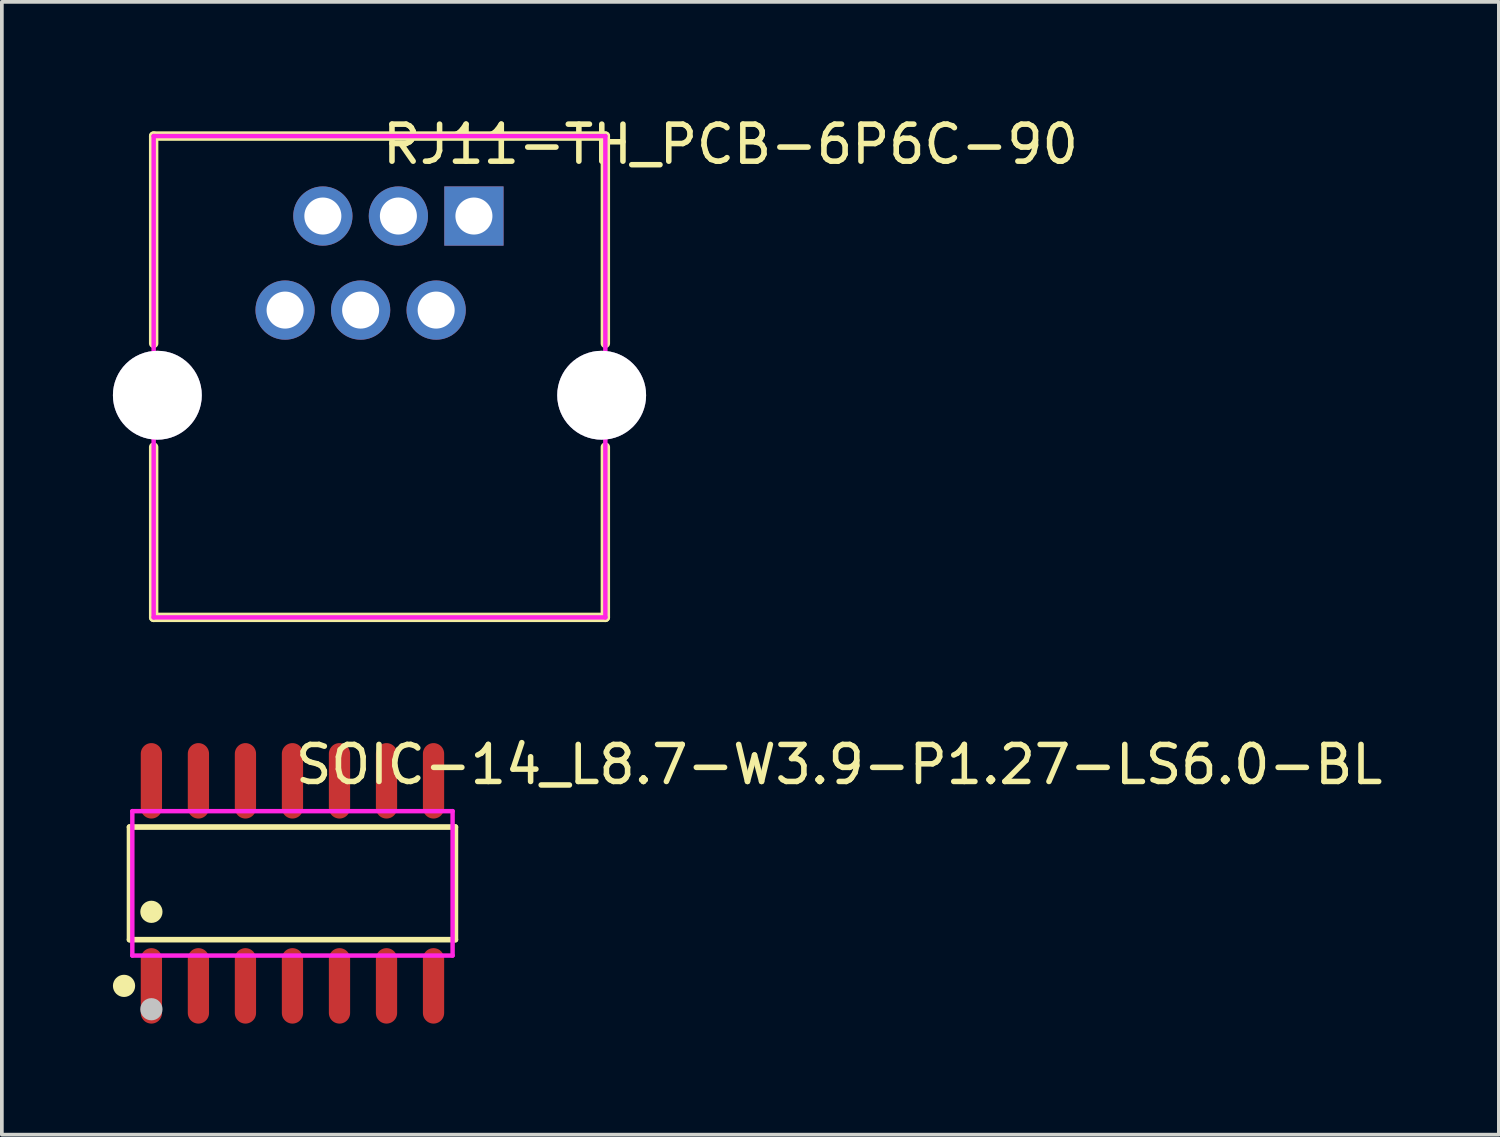
<source format=kicad_pcb>
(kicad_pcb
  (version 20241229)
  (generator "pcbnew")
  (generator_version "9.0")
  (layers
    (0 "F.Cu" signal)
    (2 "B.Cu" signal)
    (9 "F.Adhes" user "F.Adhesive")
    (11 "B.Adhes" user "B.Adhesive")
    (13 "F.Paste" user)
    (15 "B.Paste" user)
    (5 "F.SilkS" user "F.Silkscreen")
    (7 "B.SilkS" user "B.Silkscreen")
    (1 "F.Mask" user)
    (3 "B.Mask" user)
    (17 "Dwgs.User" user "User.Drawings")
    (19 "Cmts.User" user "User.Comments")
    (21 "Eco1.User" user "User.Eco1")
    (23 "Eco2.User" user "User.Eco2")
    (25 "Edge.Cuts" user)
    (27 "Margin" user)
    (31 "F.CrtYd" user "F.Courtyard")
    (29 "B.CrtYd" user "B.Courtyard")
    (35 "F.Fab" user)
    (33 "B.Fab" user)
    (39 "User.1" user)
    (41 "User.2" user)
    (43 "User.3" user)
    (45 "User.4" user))
  (footprint "SOIC-14_L8.7-W3.9-P1.27-LS6.0-BL"
    (layer "F.Cu")
    (at 4.849 20.808)
    (property "Reference" "SOIC-14_L8.7-W3.9-P1.27-LS6.0-BL" (at 0 -3.207 0) (layer "F.SilkS") (effects (font (size 1 1) (thickness 0.15)) (justify left)))
    (attr through_hole)
    (fp_line (start -4.401 -1.521) (end 4.401 -1.521) (stroke (width 0.152) (type solid)) (layer "F.SilkS"))
    (fp_line (start -4.401 1.521) (end -4.401 -1.521) (stroke (width 0.152) (type solid)) (layer "F.SilkS"))
    (fp_line (start 4.401 -1.521) (end 4.401 1.521) (stroke (width 0.152) (type solid)) (layer "F.SilkS"))
    (fp_line (start 4.401 1.521) (end -4.401 1.521) (stroke (width 0.152) (type solid)) (layer "F.SilkS"))
    (fp_circle (center -4.549 2.769) (end -4.399 2.769) (stroke (width 0.3) (type solid)) (fill no) (layer "F.SilkS"))
    (fp_circle (center -3.81 0.769) (end -3.66 0.769) (stroke (width 0.3) (type solid)) (fill no) (layer "F.SilkS"))
    (fp_circle (center -3.81 3.4) (end -3.66 3.4) (stroke (width 0.3) (type solid)) (fill no) (layer "Dwgs.User"))
    (fp_line (start -4.015 -2.175) (end -4.015 -1.94) (stroke (width 0.12) (type solid)) (layer "Eco2.User"))
    (fp_line (start -4.015 -1.94) (end -3.605 -1.94) (stroke (width 0.12) (type solid)) (layer "Eco2.User"))
    (fp_line (start -4.015 1.94) (end -3.605 1.94) (stroke (width 0.12) (type solid)) (layer "Eco2.User"))
    (fp_line (start -4.015 2.175) (end -4.015 1.94) (stroke (width 0.12) (type solid)) (layer "Eco2.User"))
    (fp_line (start -3.605 -2.175) (end -4.015 -2.175) (stroke (width 0.12) (type solid)) (layer "Eco2.User"))
    (fp_line (start -3.605 -1.94) (end -3.605 -2.175) (stroke (width 0.12) (type solid)) (layer "Eco2.User"))
    (fp_line (start -3.605 1.94) (end -3.605 2.175) (stroke (width 0.12) (type solid)) (layer "Eco2.User"))
    (fp_line (start -3.605 2.175) (end -4.015 2.175) (stroke (width 0.12) (type solid)) (layer "Eco2.User"))
    (fp_line (start -2.745 -2.175) (end -2.745 -1.94) (stroke (width 0.12) (type solid)) (layer "Eco2.User"))
    (fp_line (start -2.745 -1.94) (end -2.335 -1.94) (stroke (width 0.12) (type solid)) (layer "Eco2.User"))
    (fp_line (start -2.745 1.94) (end -2.335 1.94) (stroke (width 0.12) (type solid)) (layer "Eco2.User"))
    (fp_line (start -2.745 2.175) (end -2.745 1.94) (stroke (width 0.12) (type solid)) (layer "Eco2.User"))
    (fp_line (start -2.335 -2.175) (end -2.745 -2.175) (stroke (width 0.12) (type solid)) (layer "Eco2.User"))
    (fp_line (start -2.335 -1.94) (end -2.335 -2.175) (stroke (width 0.12) (type solid)) (layer "Eco2.User"))
    (fp_line (start -2.335 1.94) (end -2.335 2.175) (stroke (width 0.12) (type solid)) (layer "Eco2.User"))
    (fp_line (start -2.335 2.175) (end -2.745 2.175) (stroke (width 0.12) (type solid)) (layer "Eco2.User"))
    (fp_line (start -1.475 -2.175) (end -1.475 -1.94) (stroke (width 0.12) (type solid)) (layer "Eco2.User"))
    (fp_line (start -1.475 -1.94) (end -1.065 -1.94) (stroke (width 0.12) (type solid)) (layer "Eco2.User"))
    (fp_line (start -1.475 1.94) (end -1.065 1.94) (stroke (width 0.12) (type solid)) (layer "Eco2.User"))
    (fp_line (start -1.475 2.175) (end -1.475 1.94) (stroke (width 0.12) (type solid)) (layer "Eco2.User"))
    (fp_line (start -1.065 -2.175) (end -1.475 -2.175) (stroke (width 0.12) (type solid)) (layer "Eco2.User"))
    (fp_line (start -1.065 -1.94) (end -1.065 -2.175) (stroke (width 0.12) (type solid)) (layer "Eco2.User"))
    (fp_line (start -1.065 1.94) (end -1.065 2.175) (stroke (width 0.12) (type solid)) (layer "Eco2.User"))
    (fp_line (start -1.065 2.175) (end -1.475 2.175) (stroke (width 0.12) (type solid)) (layer "Eco2.User"))
    (fp_line (start -0.205 -2.175) (end -0.205 -1.94) (stroke (width 0.12) (type solid)) (layer "Eco2.User"))
    (fp_line (start -0.205 -1.94) (end 0.205 -1.94) (stroke (width 0.12) (type solid)) (layer "Eco2.User"))
    (fp_line (start -0.205 1.94) (end 0.205 1.94) (stroke (width 0.12) (type solid)) (layer "Eco2.User"))
    (fp_line (start -0.205 2.175) (end -0.205 1.94) (stroke (width 0.12) (type solid)) (layer "Eco2.User"))
    (fp_line (start 0.205 -2.175) (end -0.205 -2.175) (stroke (width 0.12) (type solid)) (layer "Eco2.User"))
    (fp_line (start 0.205 -1.94) (end 0.205 -2.175) (stroke (width 0.12) (type solid)) (layer "Eco2.User"))
    (fp_line (start 0.205 1.94) (end 0.205 2.175) (stroke (width 0.12) (type solid)) (layer "Eco2.User"))
    (fp_line (start 0.205 2.175) (end -0.205 2.175) (stroke (width 0.12) (type solid)) (layer "Eco2.User"))
    (fp_line (start 1.065 -2.175) (end 1.065 -1.94) (stroke (width 0.12) (type solid)) (layer "Eco2.User"))
    (fp_line (start 1.065 -1.94) (end 1.475 -1.94) (stroke (width 0.12) (type solid)) (layer "Eco2.User"))
    (fp_line (start 1.065 1.94) (end 1.475 1.94) (stroke (width 0.12) (type solid)) (layer "Eco2.User"))
    (fp_line (start 1.065 2.175) (end 1.065 1.94) (stroke (width 0.12) (type solid)) (layer "Eco2.User"))
    (fp_line (start 1.475 -2.175) (end 1.065 -2.175) (stroke (width 0.12) (type solid)) (layer "Eco2.User"))
    (fp_line (start 1.475 -1.94) (end 1.475 -2.175) (stroke (width 0.12) (type solid)) (layer "Eco2.User"))
    (fp_line (start 1.475 1.94) (end 1.475 2.175) (stroke (width 0.12) (type solid)) (layer "Eco2.User"))
    (fp_line (start 1.475 2.175) (end 1.065 2.175) (stroke (width 0.12) (type solid)) (layer "Eco2.User"))
    (fp_line (start 2.335 -2.175) (end 2.335 -1.94) (stroke (width 0.12) (type solid)) (layer "Eco2.User"))
    (fp_line (start 2.335 -1.94) (end 2.745 -1.94) (stroke (width 0.12) (type solid)) (layer "Eco2.User"))
    (fp_line (start 2.335 1.94) (end 2.745 1.94) (stroke (width 0.12) (type solid)) (layer "Eco2.User"))
    (fp_line (start 2.335 2.175) (end 2.335 1.94) (stroke (width 0.12) (type solid)) (layer "Eco2.User"))
    (fp_line (start 2.745 -2.175) (end 2.335 -2.175) (stroke (width 0.12) (type solid)) (layer "Eco2.User"))
    (fp_line (start 2.745 -1.94) (end 2.745 -2.175) (stroke (width 0.12) (type solid)) (layer "Eco2.User"))
    (fp_line (start 2.745 1.94) (end 2.745 2.175) (stroke (width 0.12) (type solid)) (layer "Eco2.User"))
    (fp_line (start 2.745 2.175) (end 2.335 2.175) (stroke (width 0.12) (type solid)) (layer "Eco2.User"))
    (fp_line (start 3.605 -2.175) (end 3.605 -1.94) (stroke (width 0.12) (type solid)) (layer "Eco2.User"))
    (fp_line (start 3.605 -1.94) (end 4.015 -1.94) (stroke (width 0.12) (type solid)) (layer "Eco2.User"))
    (fp_line (start 3.605 1.94) (end 4.015 1.94) (stroke (width 0.12) (type solid)) (layer "Eco2.User"))
    (fp_line (start 3.605 2.175) (end 3.605 1.94) (stroke (width 0.12) (type solid)) (layer "Eco2.User"))
    (fp_line (start 4.015 -2.175) (end 3.605 -2.175) (stroke (width 0.12) (type solid)) (layer "Eco2.User"))
    (fp_line (start 4.015 -1.94) (end 4.015 -2.175) (stroke (width 0.12) (type solid)) (layer "Eco2.User"))
    (fp_line (start 4.015 1.94) (end 4.015 2.175) (stroke (width 0.12) (type solid)) (layer "Eco2.User"))
    (fp_line (start 4.015 2.175) (end 3.605 2.175) (stroke (width 0.12) (type solid)) (layer "Eco2.User"))
    (fp_circle (center -4.325 3) (end -4.295 3) (stroke (width 0.06) (type solid)) (fill no) (layer "Eco2.User"))
    (fp_poly (pts (xy -4.015 -3) (xy -4.015 -2.165) (xy -3.605 -2.165) (xy -3.605 -3)) (stroke (width 0.12) (type solid)) (fill no) (layer "Eco2.User"))
    (fp_poly (pts (xy -4.015 3) (xy -4.015 2.165) (xy -3.605 2.165) (xy -3.605 3)) (stroke (width 0.12) (type solid)) (fill no) (layer "Eco2.User"))
    (fp_poly (pts (xy -2.745 -3) (xy -2.745 -2.165) (xy -2.335 -2.165) (xy -2.335 -3)) (stroke (width 0.12) (type solid)) (fill no) (layer "Eco2.User"))
    (fp_poly (pts (xy -2.745 3) (xy -2.745 2.165) (xy -2.335 2.165) (xy -2.335 3)) (stroke (width 0.12) (type solid)) (fill no) (layer "Eco2.User"))
    (fp_poly (pts (xy -1.475 -3) (xy -1.475 -2.165) (xy -1.065 -2.165) (xy -1.065 -3)) (stroke (width 0.12) (type solid)) (fill no) (layer "Eco2.User"))
    (fp_poly (pts (xy -1.475 3) (xy -1.475 2.165) (xy -1.065 2.165) (xy -1.065 3)) (stroke (width 0.12) (type solid)) (fill no) (layer "Eco2.User"))
    (fp_poly (pts (xy -0.205 -3) (xy -0.205 -2.165) (xy 0.205 -2.165) (xy 0.205 -3)) (stroke (width 0.12) (type solid)) (fill no) (layer "Eco2.User"))
    (fp_poly (pts (xy -0.205 3) (xy -0.205 2.165) (xy 0.205 2.165) (xy 0.205 3)) (stroke (width 0.12) (type solid)) (fill no) (layer "Eco2.User"))
    (fp_poly (pts (xy 1.065 -3) (xy 1.065 -2.165) (xy 1.475 -2.165) (xy 1.475 -3)) (stroke (width 0.12) (type solid)) (fill no) (layer "Eco2.User"))
    (fp_poly (pts (xy 1.065 3) (xy 1.065 2.165) (xy 1.475 2.165) (xy 1.475 3)) (stroke (width 0.12) (type solid)) (fill no) (layer "Eco2.User"))
    (fp_poly (pts (xy 2.335 -3) (xy 2.335 -2.165) (xy 2.745 -2.165) (xy 2.745 -3)) (stroke (width 0.12) (type solid)) (fill no) (layer "Eco2.User"))
    (fp_poly (pts (xy 2.335 3) (xy 2.335 2.165) (xy 2.745 2.165) (xy 2.745 3)) (stroke (width 0.12) (type solid)) (fill no) (layer "Eco2.User"))
    (fp_poly (pts (xy 3.605 -3) (xy 3.605 -2.165) (xy 4.015 -2.165) (xy 4.015 -3)) (stroke (width 0.12) (type solid)) (fill no) (layer "Eco2.User"))
    (fp_poly (pts (xy 3.605 3) (xy 3.605 2.165) (xy 4.015 2.165) (xy 4.015 3)) (stroke (width 0.12) (type solid)) (fill no) (layer "Eco2.User"))
    (fp_line (start -4.325 -1.95) (end 4.325 -1.95) (stroke (width 0.12) (type solid)) (layer "F.CrtYd"))
    (fp_line (start -4.325 1.95) (end -4.325 -1.95) (stroke (width 0.12) (type solid)) (layer "F.CrtYd"))
    (fp_line (start 4.325 -1.95) (end 4.325 1.95) (stroke (width 0.12) (type solid)) (layer "F.CrtYd"))
    (fp_line (start 4.325 1.95) (end -4.325 1.95) (stroke (width 0.12) (type solid)) (layer "F.CrtYd"))
    (pad "1" smd oval (at -3.81 2.769) (size 0.574 2.038) (layers "F.Cu" "F.Mask" "F.Paste"))
    (pad "2" smd oval (at -2.54 2.769) (size 0.574 2.038) (layers "F.Cu" "F.Mask" "F.Paste"))
    (pad "3" smd oval (at -1.27 2.769) (size 0.574 2.038) (layers "F.Cu" "F.Mask" "F.Paste"))
    (pad "4" smd oval (at 0 2.769) (size 0.574 2.038) (layers "F.Cu" "F.Mask" "F.Paste"))
    (pad "5" smd oval (at 1.27 2.769) (size 0.574 2.038) (layers "F.Cu" "F.Mask" "F.Paste"))
    (pad "6" smd oval (at 2.54 2.769) (size 0.574 2.038) (layers "F.Cu" "F.Mask" "F.Paste"))
    (pad "7" smd oval (at 3.81 2.769) (size 0.574 2.038) (layers "F.Cu" "F.Mask" "F.Paste"))
    (pad "8" smd oval (at 3.81 -2.769) (size 0.574 2.038) (layers "F.Cu" "F.Mask" "F.Paste"))
    (pad "9" smd oval (at 2.54 -2.769) (size 0.574 2.038) (layers "F.Cu" "F.Mask" "F.Paste"))
    (pad "10" smd oval (at 1.27 -2.769) (size 0.574 2.038) (layers "F.Cu" "F.Mask" "F.Paste"))
    (pad "11" smd oval (at 0 -2.769) (size 0.574 2.038) (layers "F.Cu" "F.Mask" "F.Paste"))
    (pad "12" smd oval (at -1.27 -2.769) (size 0.574 2.038) (layers "F.Cu" "F.Mask" "F.Paste"))
    (pad "13" smd oval (at -2.54 -2.769) (size 0.574 2.038) (layers "F.Cu" "F.Mask" "F.Paste"))
    (pad "14" smd oval (at -3.81 -2.769) (size 0.574 2.038) (layers "F.Cu" "F.Mask" "F.Paste")))
  (footprint "RJ11-TH_PCB-6P6C-90"
    (layer "F.Cu")
    (at 7.2 4.055)
    (property "Reference" "RJ11-TH_PCB-6P6C-90" (at 0 -3.207 0) (layer "F.SilkS") (effects (font (size 1 1) (thickness 0.15)) (justify left)))
    (attr through_hole)
    (fp_line (start -6.1 -3.43) (end 6.1 -3.43) (stroke (width 0.254) (type solid)) (layer "F.SilkS"))
    (fp_line (start -6.1 2.17) (end -6.1 -3.43) (stroke (width 0.254) (type solid)) (layer "F.SilkS"))
    (fp_line (start -6.1 9.57) (end -6.1 4.97) (stroke (width 0.254) (type solid)) (layer "F.SilkS"))
    (fp_line (start -6.1 9.57) (end 6.1 9.57) (stroke (width 0.254) (type solid)) (layer "F.SilkS"))
    (fp_line (start 6.1 -3.43) (end 6.1 2.17) (stroke (width 0.254) (type solid)) (layer "F.SilkS"))
    (fp_line (start 6.1 4.97) (end 6.1 9.57) (stroke (width 0.254) (type solid)) (layer "F.SilkS"))
    (fp_circle (center -6 3.57) (end -5.5 3.57) (stroke (width 1) (type solid)) (fill no) (layer "Dwgs.User"))
    (fp_circle (center 6 3.57) (end 6.5 3.57) (stroke (width 1) (type solid)) (fill no) (layer "Dwgs.User"))
    (fp_circle (center 6.1 -3.43) (end 6.13 -3.43) (stroke (width 0.06) (type solid)) (fill no) (layer "Eco2.User"))
    (fp_poly (pts (xy -2.3 1.52) (xy -2.8 1.52) (xy -2.8 1.02) (xy -2.3 1.02)) (stroke (width 0.12) (type solid)) (fill no) (layer "Eco2.User"))
    (fp_poly (pts (xy -1.28 -1.02) (xy -1.78 -1.02) (xy -1.78 -1.52) (xy -1.28 -1.52)) (stroke (width 0.12) (type solid)) (fill no) (layer "Eco2.User"))
    (fp_poly (pts (xy -0.26 1.52) (xy -0.76 1.52) (xy -0.76 1.02) (xy -0.26 1.02)) (stroke (width 0.12) (type solid)) (fill no) (layer "Eco2.User"))
    (fp_poly (pts (xy 0.76 -1.02) (xy 0.26 -1.02) (xy 0.26 -1.52) (xy 0.76 -1.52)) (stroke (width 0.12) (type solid)) (fill no) (layer "Eco2.User"))
    (fp_poly (pts (xy 1.78 1.52) (xy 1.28 1.52) (xy 1.28 1.02) (xy 1.78 1.02)) (stroke (width 0.12) (type solid)) (fill no) (layer "Eco2.User"))
    (fp_poly (pts (xy 2.8 -1.02) (xy 2.3 -1.02) (xy 2.3 -1.52) (xy 2.8 -1.52)) (stroke (width 0.12) (type solid)) (fill no) (layer "Eco2.User"))
    (fp_line (start -6.1 -3.43) (end 6.1 -3.43) (stroke (width 0.12) (type solid)) (layer "F.CrtYd"))
    (fp_line (start -6.1 9.57) (end -6.1 -3.43) (stroke (width 0.12) (type solid)) (layer "F.CrtYd"))
    (fp_line (start 6.1 -3.43) (end 6.1 9.57) (stroke (width 0.12) (type solid)) (layer "F.CrtYd"))
    (fp_line (start 6.1 9.57) (end -6.1 9.57) (stroke (width 0.12) (type solid)) (layer "F.CrtYd"))
    (pad "1" thru_hole rect (at 2.55 -1.27 180) (size 1.6 1.6) (drill 1) (layers "*.Cu" "*.Mask"))
    (pad "2" thru_hole circle (at 1.53 1.27 180) (size 1.6 1.6) (drill 1) (layers "*.Cu" "*.Mask"))
    (pad "3" thru_hole circle (at 0.51 -1.27 180) (size 1.6 1.6) (drill 1) (layers "*.Cu" "*.Mask"))
    (pad "4" thru_hole circle (at -0.51 1.27 180) (size 1.6 1.6) (drill 1) (layers "*.Cu" "*.Mask"))
    (pad "5" thru_hole circle (at -1.53 -1.27 180) (size 1.6 1.6) (drill 1) (layers "*.Cu" "*.Mask"))
    (pad "6" thru_hole circle (at -2.55 1.27 180) (size 1.6 1.6) (drill 1) (layers "*.Cu" "*.Mask"))
    (pad "SH" thru_hole circle (at -6 3.57) (size 2.4 2.4) (drill 2.4) (layers "*.Cu" "*.Mask"))
    (pad "SH" thru_hole circle (at 6 3.57) (size 2.4 2.4) (drill 2.4) (layers "*.Cu" "*.Mask")))
  (gr_rect
    (start -3 -3)
    (end 37.432 27.596)
    (stroke (width 0.1) (type default))
    (fill no)
    (layer "Edge.Cuts")))
</source>
